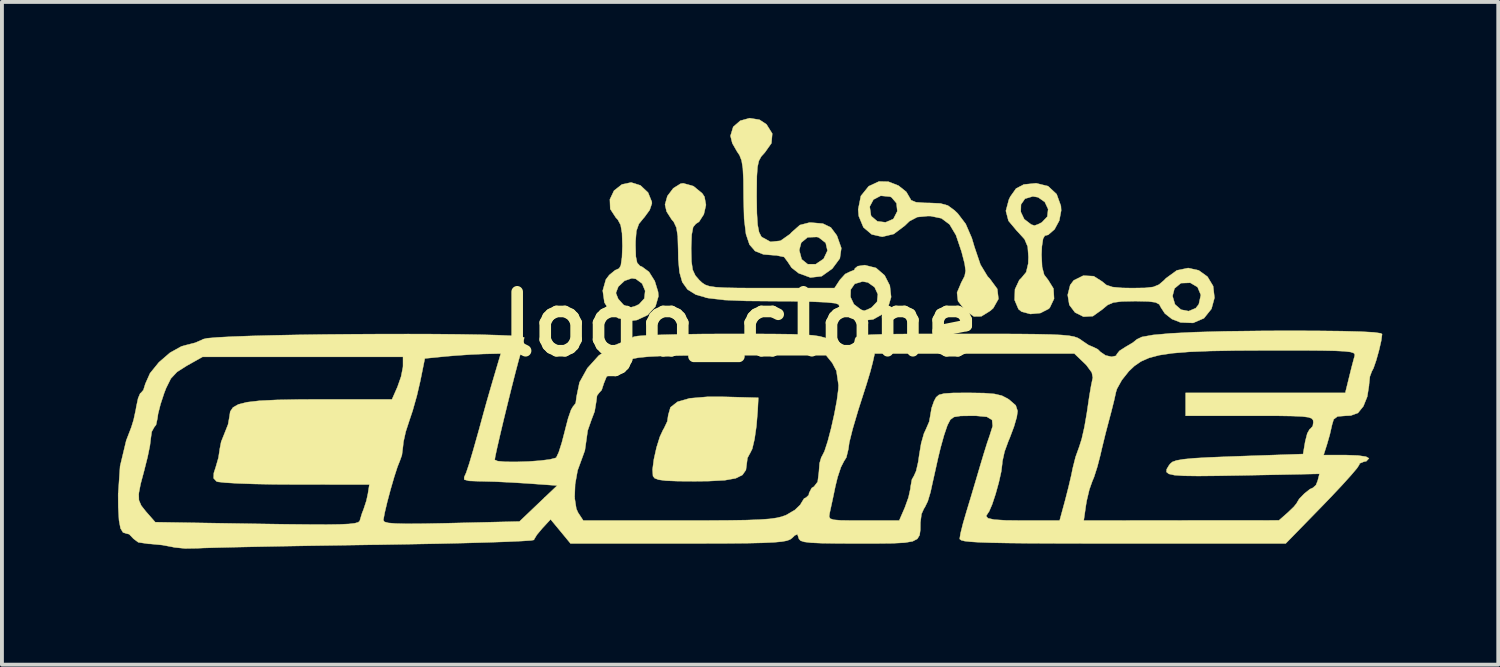
<source format=kicad_pcb>
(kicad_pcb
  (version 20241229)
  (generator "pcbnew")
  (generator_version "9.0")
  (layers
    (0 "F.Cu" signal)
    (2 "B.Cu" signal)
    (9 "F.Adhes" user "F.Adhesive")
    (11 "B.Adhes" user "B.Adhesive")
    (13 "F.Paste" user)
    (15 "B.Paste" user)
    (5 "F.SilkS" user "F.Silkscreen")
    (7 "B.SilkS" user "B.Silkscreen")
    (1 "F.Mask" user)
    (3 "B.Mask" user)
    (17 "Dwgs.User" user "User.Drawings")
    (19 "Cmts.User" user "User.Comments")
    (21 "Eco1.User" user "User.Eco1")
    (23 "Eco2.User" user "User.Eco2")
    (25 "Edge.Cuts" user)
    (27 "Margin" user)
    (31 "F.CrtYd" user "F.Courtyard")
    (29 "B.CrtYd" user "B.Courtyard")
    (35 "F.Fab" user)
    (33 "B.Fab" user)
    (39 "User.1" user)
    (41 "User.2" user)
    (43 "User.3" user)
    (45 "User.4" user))
  (footprint "logo_clone"
    (layer "F.Cu")
    (at 16.092 5.33)
    (property "Reference" "logo_clone" (at 0 0 0) (layer "F.SilkS") (effects (font (size 1.524 1.524) (thickness 0.3))))
    (attr through_hole)
    (fp_poly (pts (xy -0.404 1.881) (xy 0.466 1.905) (xy 0.449 2.244) (xy 0.417 2.635) (xy 0.368 2.975) (xy 0.309 3.226) (xy 0.248 3.348) (xy 0.245 3.35) (xy 0.185 3.463) (xy 0.169 3.59) (xy 0.145 3.772) (xy 0.056 3.901) (xy -0.118 3.987) (xy -0.402 4.038) (xy -0.817 4.06) (xy -1.173 4.064) (xy -1.619 4.061) (xy -1.922 4.049) (xy -2.112 4.024) (xy -2.215 3.985) (xy -2.258 3.93) (xy -2.269 3.76) (xy -2.234 3.494) (xy -2.166 3.191) (xy -2.08 2.914) (xy -1.991 2.723) (xy -1.976 2.703) (xy -1.887 2.515) (xy -1.863 2.352) (xy -1.805 2.152) (xy -1.623 2.009) (xy -1.308 1.919) (xy -0.848 1.88) (xy -0.404 1.881)) (stroke (width 0.01) (type solid)) (fill yes) (layer "F.SilkS"))
    (fp_poly (pts (xy 11.854 -1.389) (xy 12.08 -1.226) (xy 12.226 -0.983) (xy 12.261 -0.68) (xy 12.183 -0.394) (xy 11.989 -0.151) (xy 11.708 -0.03) (xy 11.382 -0.043) (xy 11.161 -0.13) (xy 10.978 -0.274) (xy 10.88 -0.423) (xy 10.833 -0.511) (xy 10.735 -0.562) (xy 10.549 -0.586) (xy 10.235 -0.593) (xy 10.2 -0.593) (xy 9.865 -0.586) (xy 9.647 -0.558) (xy 9.499 -0.495) (xy 9.368 -0.386) (xy 9.363 -0.381) (xy 9.117 -0.205) (xy 8.875 -0.191) (xy 8.655 -0.301) (xy 8.508 -0.496) (xy 8.47 -0.726) (xy 11.176 -0.726) (xy 11.24 -0.509) (xy 11.396 -0.373) (xy 11.593 -0.335) (xy 11.777 -0.412) (xy 11.855 -0.511) (xy 11.909 -0.753) (xy 11.823 -0.957) (xy 11.635 -1.068) (xy 11.393 -1.059) (xy 11.227 -0.921) (xy 11.176 -0.726) (xy 8.47 -0.726) (xy 8.466 -0.755) (xy 8.53 -1.009) (xy 8.621 -1.13) (xy 8.869 -1.253) (xy 9.138 -1.239) (xy 9.356 -1.101) (xy 9.467 -1.01) (xy 9.626 -0.958) (xy 9.877 -0.935) (xy 10.139 -0.931) (xy 10.469 -0.936) (xy 10.681 -0.961) (xy 10.826 -1.021) (xy 10.954 -1.13) (xy 11.007 -1.185) (xy 11.287 -1.389) (xy 11.58 -1.45) (xy 11.854 -1.389)) (stroke (width 0.01) (type solid)) (fill yes) (layer "F.SilkS"))
    (fp_poly (pts (xy 7.958 -3.566) (xy 8.179 -3.361) (xy 8.29 -3.055) (xy 8.297 -2.937) (xy 8.248 -2.677) (xy 8.125 -2.449) (xy 7.962 -2.308) (xy 7.874 -2.286) (xy 7.829 -2.209) (xy 7.798 -2.009) (xy 7.789 -1.791) (xy 7.804 -1.475) (xy 7.857 -1.275) (xy 7.959 -1.143) (xy 8.098 -0.919) (xy 8.113 -0.656) (xy 8.003 -0.425) (xy 7.973 -0.394) (xy 7.759 -0.285) (xy 7.5 -0.261) (xy 7.272 -0.322) (xy 7.193 -0.386) (xy 7.093 -0.622) (xy 7.102 -0.899) (xy 7.213 -1.137) (xy 7.267 -1.191) (xy 7.392 -1.342) (xy 7.445 -1.565) (xy 7.451 -1.734) (xy 7.432 -2.002) (xy 7.35 -2.195) (xy 7.168 -2.395) (xy 7.154 -2.408) (xy 6.934 -2.671) (xy 6.874 -2.902) (xy 7.252 -2.902) (xy 7.341 -2.714) (xy 7.522 -2.575) (xy 7.604 -2.547) (xy 7.69 -2.576) (xy 7.795 -2.628) (xy 7.939 -2.779) (xy 7.96 -2.973) (xy 7.874 -3.156) (xy 7.7 -3.279) (xy 7.564 -3.302) (xy 7.361 -3.242) (xy 7.258 -3.094) (xy 7.252 -2.902) (xy 6.874 -2.902) (xy 6.867 -2.927) (xy 6.945 -3.219) (xy 6.982 -3.296) (xy 7.13 -3.505) (xy 7.331 -3.61) (xy 7.64 -3.641) (xy 7.654 -3.641) (xy 7.958 -3.566)) (stroke (width 0.01) (type solid)) (fill yes) (layer "F.SilkS"))
    (fp_poly (pts (xy -2.583 -3.587) (xy -2.385 -3.401) (xy -2.288 -3.162) (xy -2.286 -3.119) (xy -2.343 -2.951) (xy -2.482 -2.76) (xy -2.498 -2.744) (xy -2.623 -2.59) (xy -2.687 -2.409) (xy -2.708 -2.141) (xy -2.709 -2.034) (xy -2.701 -1.746) (xy -2.667 -1.584) (xy -2.594 -1.504) (xy -2.539 -1.481) (xy -2.361 -1.35) (xy -2.212 -1.113) (xy -2.126 -0.833) (xy -2.117 -0.72) (xy -2.194 -0.454) (xy -2.394 -0.235) (xy -2.673 -0.105) (xy -2.836 -0.085) (xy -3.159 -0.154) (xy -3.348 -0.292) (xy -3.513 -0.558) (xy -3.548 -0.804) (xy -3.217 -0.804) (xy -3.157 -0.651) (xy -3.021 -0.499) (xy -2.877 -0.424) (xy -2.867 -0.423) (xy -2.73 -0.46) (xy -2.619 -0.511) (xy -2.481 -0.662) (xy -2.46 -0.86) (xy -2.539 -1.049) (xy -2.702 -1.169) (xy -2.805 -1.185) (xy -2.993 -1.12) (xy -3.154 -0.969) (xy -3.217 -0.804) (xy -3.548 -0.804) (xy -3.557 -0.865) (xy -3.476 -1.152) (xy -3.387 -1.27) (xy -3.235 -1.394) (xy -3.133 -1.439) (xy -3.089 -1.517) (xy -3.059 -1.726) (xy -3.048 -2.019) (xy -3.058 -2.352) (xy -3.094 -2.563) (xy -3.168 -2.701) (xy -3.217 -2.752) (xy -3.363 -2.977) (xy -3.372 -3.225) (xy -3.265 -3.451) (xy -3.061 -3.611) (xy -2.823 -3.662) (xy -2.583 -3.587)) (stroke (width 0.01) (type solid)) (fill yes) (layer "F.SilkS"))
    (fp_poly (pts (xy 3.83 -3.682) (xy 4.089 -3.581) (xy 4.292 -3.419) (xy 4.36 -3.303) (xy 4.418 -3.203) (xy 4.541 -3.151) (xy 4.772 -3.134) (xy 4.883 -3.133) (xy 5.173 -3.12) (xy 5.367 -3.066) (xy 5.538 -2.941) (xy 5.625 -2.857) (xy 5.828 -2.59) (xy 5.986 -2.225) (xy 6.056 -1.99) (xy 6.21 -1.537) (xy 6.394 -1.233) (xy 6.451 -1.173) (xy 6.645 -0.909) (xy 6.675 -0.65) (xy 6.541 -0.412) (xy 6.466 -0.345) (xy 6.232 -0.2) (xy 6.04 -0.197) (xy 5.836 -0.338) (xy 5.796 -0.377) (xy 5.629 -0.596) (xy 5.604 -0.813) (xy 5.716 -1.079) (xy 5.728 -1.101) (xy 5.801 -1.242) (xy 5.826 -1.376) (xy 5.802 -1.559) (xy 5.729 -1.843) (xy 5.72 -1.876) (xy 5.577 -2.3) (xy 5.411 -2.578) (xy 5.201 -2.735) (xy 4.925 -2.792) (xy 4.852 -2.794) (xy 4.576 -2.767) (xy 4.374 -2.661) (xy 4.253 -2.544) (xy 3.967 -2.329) (xy 3.67 -2.258) (xy 3.398 -2.319) (xy 3.184 -2.501) (xy 3.063 -2.792) (xy 3.048 -2.963) (xy 3.063 -3.038) (xy 3.346 -3.038) (xy 3.378 -2.813) (xy 3.39 -2.788) (xy 3.542 -2.658) (xy 3.756 -2.631) (xy 3.951 -2.715) (xy 3.962 -2.726) (xy 4.06 -2.918) (xy 4.039 -3.126) (xy 3.91 -3.278) (xy 3.873 -3.295) (xy 3.631 -3.318) (xy 3.443 -3.22) (xy 3.346 -3.038) (xy 3.063 -3.038) (xy 3.118 -3.313) (xy 3.32 -3.564) (xy 3.587 -3.688) (xy 3.83 -3.682)) (stroke (width 0.01) (type solid)) (fill yes) (layer "F.SilkS"))
    (fp_poly (pts (xy 0.496 -5.284) (xy 0.677 -5.165) (xy 0.826 -4.926) (xy 0.805 -4.677) (xy 0.635 -4.437) (xy 0.541 -4.333) (xy 0.48 -4.221) (xy 0.445 -4.063) (xy 0.428 -3.823) (xy 0.424 -3.464) (xy 0.423 -3.304) (xy 0.429 -2.867) (xy 0.448 -2.569) (xy 0.484 -2.379) (xy 0.541 -2.266) (xy 0.556 -2.25) (xy 0.783 -2.126) (xy 1.039 -2.154) (xy 1.287 -2.328) (xy 1.325 -2.371) (xy 1.541 -2.561) (xy 1.786 -2.624) (xy 1.821 -2.625) (xy 2.136 -2.598) (xy 2.341 -2.499) (xy 2.489 -2.301) (xy 2.501 -2.28) (xy 2.612 -1.965) (xy 2.574 -1.698) (xy 2.381 -1.437) (xy 2.377 -1.433) (xy 2.102 -1.237) (xy 1.813 -1.204) (xy 1.509 -1.315) (xy 1.326 -1.459) (xy 1.228 -1.608) (xy 1.133 -1.735) (xy 0.93 -1.777) (xy 0.89 -1.778) (xy 0.599 -1.802) (xy 0.386 -1.887) (xy 0.364 -1.912) (xy 1.524 -1.912) (xy 1.587 -1.675) (xy 1.744 -1.548) (xy 1.95 -1.549) (xy 2.154 -1.687) (xy 2.254 -1.899) (xy 2.208 -2.1) (xy 2.031 -2.238) (xy 1.983 -2.253) (xy 1.741 -2.244) (xy 1.575 -2.106) (xy 1.524 -1.912) (xy 0.364 -1.912) (xy 0.238 -2.055) (xy 0.147 -2.327) (xy 0.099 -2.723) (xy 0.085 -3.264) (xy 0.085 -3.306) (xy 0.081 -3.734) (xy 0.066 -4.029) (xy 0.034 -4.228) (xy -0.02 -4.367) (xy -0.085 -4.464) (xy -0.206 -4.675) (xy -0.254 -4.867) (xy -0.183 -5.1) (xy -0.002 -5.258) (xy 0.24 -5.325) (xy 0.496 -5.284)) (stroke (width 0.01) (type solid)) (fill yes) (layer "F.SilkS"))
    (fp_poly (pts (xy -1.212 -3.567) (xy -0.985 -3.381) (xy -0.926 -3.292) (xy -0.888 -3.08) (xy -0.943 -2.839) (xy -1.066 -2.647) (xy -1.151 -2.591) (xy -1.219 -2.509) (xy -1.257 -2.311) (xy -1.27 -1.973) (xy -1.27 -1.946) (xy -1.262 -1.616) (xy -1.231 -1.403) (xy -1.162 -1.255) (xy -1.062 -1.139) (xy -0.986 -1.068) (xy -0.906 -1.015) (xy -0.796 -0.978) (xy -0.63 -0.954) (xy -0.385 -0.94) (xy -0.036 -0.933) (xy 0.444 -0.931) (xy 0.791 -0.931) (xy 2.436 -0.931) (xy 2.575 -1.143) (xy 2.713 -1.295) (xy 2.838 -1.355) (xy 2.95 -1.401) (xy 2.963 -1.439) (xy 3.037 -1.498) (xy 3.215 -1.524) (xy 3.221 -1.524) (xy 3.511 -1.451) (xy 3.732 -1.26) (xy 3.867 -0.995) (xy 3.9 -0.699) (xy 3.815 -0.416) (xy 3.699 -0.269) (xy 3.437 -0.122) (xy 3.128 -0.085) (xy 2.839 -0.161) (xy 2.709 -0.254) (xy 2.585 -0.406) (xy 2.54 -0.508) (xy 2.457 -0.539) (xy 2.215 -0.564) (xy 1.824 -0.581) (xy 1.293 -0.591) (xy 0.868 -0.593) (xy 0.155 -0.599) (xy -0.407 -0.622) (xy -0.836 -0.673) (xy -0.935 -0.701) (xy 2.849 -0.701) (xy 2.938 -0.512) (xy 3.12 -0.373) (xy 3.202 -0.345) (xy 3.288 -0.375) (xy 3.392 -0.426) (xy 3.537 -0.578) (xy 3.557 -0.771) (xy 3.472 -0.955) (xy 3.298 -1.078) (xy 3.161 -1.101) (xy 2.958 -1.041) (xy 2.855 -0.892) (xy 2.849 -0.701) (xy -0.935 -0.701) (xy -1.149 -0.761) (xy -1.364 -0.895) (xy -1.5 -1.086) (xy -1.573 -1.343) (xy -1.603 -1.675) (xy -1.607 -1.926) (xy -1.617 -2.272) (xy -1.652 -2.495) (xy -1.721 -2.643) (xy -1.778 -2.709) (xy -1.906 -2.911) (xy -1.947 -3.09) (xy -1.885 -3.311) (xy -1.733 -3.512) (xy -1.545 -3.63) (xy -1.476 -3.641) (xy -1.212 -3.567)) (stroke (width 0.01) (type solid)) (fill yes) (layer "F.SilkS"))
    (fp_poly (pts (xy 14.897 0.175) (xy 15.552 0.182) (xy 16.045 0.195) (xy 16.379 0.213) (xy 16.559 0.238) (xy 16.595 0.259) (xy 16.572 0.431) (xy 16.515 0.679) (xy 16.443 0.937) (xy 16.372 1.142) (xy 16.329 1.223) (xy 16.279 1.357) (xy 16.256 1.574) (xy 16.256 1.591) (xy 16.211 1.876) (xy 16.111 2.125) (xy 15.971 2.298) (xy 15.786 2.365) (xy 15.655 2.371) (xy 15.443 2.388) (xy 15.343 2.463) (xy 15.301 2.603) (xy 15.243 2.857) (xy 15.17 3.111) (xy 15.082 3.387) (xy 15.669 3.387) (xy 15.971 3.398) (xy 16.179 3.428) (xy 16.256 3.471) (xy 16.187 3.546) (xy 16.129 3.556) (xy 16.016 3.602) (xy 16.002 3.641) (xy 15.946 3.727) (xy 15.79 3.911) (xy 15.555 4.171) (xy 15.261 4.483) (xy 15.053 4.699) (xy 14.103 5.673) (xy 9.888 5.673) (xy 8.924 5.672) (xy 8.116 5.67) (xy 7.45 5.667) (xy 6.914 5.661) (xy 6.495 5.653) (xy 6.178 5.642) (xy 5.952 5.628) (xy 5.801 5.611) (xy 5.714 5.589) (xy 5.677 5.562) (xy 5.673 5.547) (xy 5.696 5.407) (xy 5.758 5.159) (xy 5.846 4.856) (xy 5.848 4.849) (xy 5.97 4.446) (xy 6.104 3.995) (xy 6.196 3.683) (xy 6.293 3.36) (xy 6.381 3.078) (xy 6.443 2.898) (xy 6.444 2.896) (xy 6.526 2.636) (xy 6.51 2.478) (xy 6.376 2.398) (xy 6.1 2.372) (xy 5.988 2.371) (xy 5.696 2.375) (xy 5.526 2.402) (xy 5.431 2.471) (xy 5.362 2.603) (xy 5.345 2.646) (xy 5.267 2.877) (xy 5.178 3.197) (xy 5.112 3.471) (xy 5.035 3.817) (xy 4.961 4.149) (xy 4.918 4.346) (xy 4.848 4.58) (xy 4.767 4.746) (xy 4.751 4.765) (xy 4.685 4.911) (xy 4.657 5.131) (xy 4.657 5.132) (xy 4.655 5.32) (xy 4.636 5.458) (xy 4.577 5.554) (xy 4.456 5.617) (xy 4.249 5.652) (xy 3.936 5.668) (xy 3.493 5.673) (xy 3.045 5.673) (xy 2.502 5.671) (xy 2.104 5.665) (xy 1.83 5.653) (xy 1.656 5.632) (xy 1.559 5.601) (xy 1.517 5.556) (xy 1.509 5.531) (xy 1.477 5.435) (xy 1.408 5.464) (xy 1.34 5.531) (xy 1.286 5.57) (xy 1.202 5.601) (xy 1.068 5.625) (xy 0.868 5.643) (xy 0.584 5.656) (xy 0.197 5.665) (xy -0.309 5.67) (xy -0.952 5.672) (xy -1.596 5.673) (xy -4.39 5.673) (xy -4.647 5.361) (xy -4.905 5.049) (xy -5.119 5.28) (xy -5.26 5.449) (xy -5.332 5.567) (xy -5.334 5.58) (xy -5.416 5.595) (xy -5.651 5.61) (xy -6.023 5.627) (xy -6.516 5.644) (xy -7.114 5.661) (xy -7.8 5.677) (xy -8.559 5.691) (xy -9.374 5.705) (xy -9.504 5.706) (xy -10.342 5.719) (xy -11.139 5.731) (xy -11.878 5.744) (xy -12.539 5.757) (xy -13.105 5.769) (xy -13.557 5.78) (xy -13.878 5.789) (xy -14.049 5.797) (xy -14.055 5.797) (xy -14.355 5.802) (xy -14.631 5.774) (xy -14.69 5.761) (xy -14.947 5.713) (xy -15.249 5.684) (xy -15.294 5.683) (xy -15.566 5.643) (xy -15.693 5.548) (xy -15.694 5.546) (xy -15.802 5.433) (xy -15.863 5.419) (xy -15.961 5.388) (xy -16.026 5.281) (xy -16.065 5.071) (xy -16.084 4.735) (xy -16.087 4.411) (xy -16.085 4.383) (xy -15.555 4.383) (xy -15.55 4.554) (xy -15.49 4.693) (xy -15.373 4.842) (xy -15.35 4.868) (xy -15.127 5.122) (xy -12.495 5.165) (xy -11.75 5.176) (xy -11.157 5.182) (xy -10.699 5.184) (xy -10.359 5.179) (xy -10.121 5.168) (xy -9.967 5.15) (xy -9.879 5.125) (xy -9.842 5.092) (xy -9.838 5.08) (xy -9.837 5.076) (xy -9.229 5.076) (xy -9.2 5.114) (xy -9.101 5.141) (xy -8.913 5.157) (xy -8.617 5.164) (xy -8.194 5.161) (xy -7.625 5.15) (xy -7.469 5.146) (xy -5.71 5.104) (xy -5.066 4.49) (xy -4.284 4.49) (xy -4.24 4.774) (xy -4.196 4.873) (xy -4.06 5.08) (xy -1.592 5.08) (xy -0.866 5.079) (xy -0.288 5.075) (xy 0.161 5.068) (xy 0.501 5.055) (xy 0.755 5.037) (xy 0.94 5.011) (xy 1.079 4.978) (xy 1.092 4.973) (xy 2.297 4.973) (xy 2.321 5.028) (xy 2.412 5.06) (xy 2.597 5.075) (xy 2.905 5.08) (xy 3.187 5.08) (xy 4.109 5.08) (xy 4.256 4.741) (xy 4.349 4.482) (xy 4.399 4.255) (xy 4.403 4.207) (xy 4.438 4.016) (xy 4.49 3.926) (xy 4.547 3.798) (xy 4.601 3.562) (xy 4.627 3.38) (xy 4.677 3.083) (xy 4.749 2.829) (xy 4.794 2.733) (xy 4.885 2.523) (xy 4.911 2.378) (xy 4.946 2.172) (xy 5.009 1.994) (xy 5.063 1.893) (xy 5.137 1.83) (xy 5.269 1.796) (xy 5.492 1.781) (xy 5.844 1.778) (xy 5.906 1.778) (xy 6.303 1.784) (xy 6.574 1.806) (xy 6.764 1.851) (xy 6.914 1.928) (xy 6.955 1.956) (xy 7.122 2.101) (xy 7.17 2.247) (xy 7.149 2.401) (xy 7.077 2.65) (xy 6.967 2.943) (xy 6.933 3.022) (xy 6.833 3.296) (xy 6.777 3.551) (xy 6.772 3.615) (xy 6.747 3.813) (xy 6.685 4.09) (xy 6.602 4.391) (xy 6.513 4.66) (xy 6.435 4.842) (xy 6.409 4.88) (xy 6.356 4.962) (xy 6.403 5.02) (xy 6.566 5.056) (xy 6.864 5.075) (xy 7.304 5.08) (xy 8.257 5.08) (xy 8.88 5.08) (xy 11.404 5.077) (xy 13.928 5.075) (xy 14.161 4.87) (xy 14.313 4.724) (xy 14.391 4.627) (xy 14.393 4.618) (xy 14.452 4.52) (xy 14.585 4.383) (xy 14.728 4.269) (xy 14.807 4.233) (xy 14.885 4.163) (xy 14.929 4.053) (xy 14.976 3.872) (xy 12.991 3.912) (xy 12.339 3.923) (xy 11.838 3.928) (xy 11.473 3.923) (xy 11.226 3.906) (xy 11.081 3.874) (xy 11.019 3.824) (xy 11.025 3.753) (xy 11.081 3.659) (xy 11.113 3.616) (xy 11.171 3.565) (xy 11.278 3.526) (xy 11.456 3.495) (xy 11.726 3.469) (xy 12.113 3.447) (xy 12.637 3.426) (xy 12.885 3.417) (xy 14.552 3.36) (xy 14.607 3.035) (xy 14.66 2.828) (xy 14.723 2.716) (xy 14.739 2.709) (xy 14.802 2.638) (xy 14.817 2.54) (xy 14.81 2.482) (xy 14.775 2.439) (xy 14.689 2.409) (xy 14.531 2.389) (xy 14.279 2.378) (xy 13.909 2.372) (xy 13.401 2.371) (xy 13.166 2.371) (xy 11.515 2.371) (xy 11.515 1.778) (xy 15.643 1.778) (xy 15.742 1.376) (xy 15.809 1.106) (xy 15.867 0.887) (xy 15.885 0.826) (xy 15.888 0.781) (xy 15.858 0.747) (xy 15.775 0.721) (xy 15.621 0.703) (xy 15.379 0.691) (xy 15.028 0.684) (xy 14.552 0.68) (xy 13.932 0.68) (xy 13.658 0.68) (xy 12.83 0.684) (xy 12.152 0.696) (xy 11.605 0.718) (xy 11.172 0.753) (xy 10.833 0.804) (xy 10.569 0.874) (xy 10.361 0.966) (xy 10.192 1.082) (xy 10.048 1.218) (xy 9.865 1.448) (xy 9.739 1.675) (xy 9.713 1.759) (xy 9.666 1.972) (xy 9.592 2.267) (xy 9.542 2.455) (xy 9.444 2.828) (xy 9.346 3.23) (xy 9.31 3.387) (xy 9.232 3.689) (xy 9.147 3.955) (xy 9.101 4.064) (xy 9.025 4.279) (xy 8.957 4.567) (xy 8.938 4.678) (xy 8.88 5.08) (xy 8.257 5.08) (xy 8.401 4.551) (xy 8.486 4.218) (xy 8.56 3.904) (xy 8.596 3.725) (xy 8.669 3.436) (xy 8.763 3.175) (xy 8.828 2.971) (xy 8.899 2.658) (xy 8.961 2.298) (xy 8.973 2.217) (xy 9.023 1.877) (xy 9.071 1.593) (xy 9.108 1.415) (xy 9.116 1.389) (xy 9.089 1.252) (xy 8.951 1.064) (xy 8.901 1.014) (xy 8.638 0.762) (xy 3.475 0.762) (xy 3.423 0.995) (xy 3.361 1.231) (xy 3.276 1.514) (xy 3.26 1.566) (xy 3.051 2.218) (xy 2.904 2.716) (xy 2.818 3.06) (xy 2.794 3.234) (xy 2.742 3.448) (xy 2.679 3.549) (xy 2.601 3.702) (xy 2.516 3.958) (xy 2.459 4.191) (xy 2.395 4.498) (xy 2.338 4.761) (xy 2.31 4.889) (xy 2.297 4.973) (xy 1.092 4.973) (xy 1.192 4.935) (xy 1.198 4.932) (xy 1.413 4.805) (xy 1.553 4.67) (xy 1.571 4.636) (xy 1.649 4.51) (xy 1.699 4.487) (xy 1.771 4.419) (xy 1.778 4.369) (xy 1.846 4.239) (xy 1.905 4.203) (xy 2.001 4.078) (xy 2.032 3.83) (xy 2.05 3.598) (xy 2.096 3.441) (xy 2.108 3.425) (xy 2.177 3.288) (xy 2.261 3.029) (xy 2.349 2.694) (xy 2.431 2.328) (xy 2.497 1.977) (xy 2.535 1.687) (xy 2.54 1.578) (xy 2.486 1.21) (xy 2.378 1.004) (xy 2.216 0.804) (xy -0.183 0.804) (xy -0.941 0.806) (xy -1.547 0.813) (xy -2.018 0.824) (xy -2.371 0.842) (xy -2.623 0.866) (xy -2.792 0.898) (xy -2.857 0.92) (xy -3.04 1.015) (xy -3.131 1.096) (xy -3.133 1.105) (xy -3.202 1.182) (xy -3.305 1.229) (xy -3.457 1.356) (xy -3.528 1.531) (xy -3.585 1.706) (xy -3.651 1.778) (xy -3.705 1.851) (xy -3.726 2.011) (xy -3.767 2.259) (xy -3.853 2.486) (xy -3.946 2.752) (xy -3.98 2.994) (xy -4.019 3.266) (xy -4.096 3.48) (xy -4.207 3.783) (xy -4.271 4.14) (xy -4.284 4.49) (xy -5.066 4.49) (xy -4.734 4.175) (xy -5.513 4.119) (xy -5.927 4.094) (xy -6.338 4.074) (xy -6.675 4.065) (xy -6.749 4.064) (xy -7.016 4.054) (xy -7.138 4.021) (xy -7.139 3.958) (xy -7.087 3.841) (xy -7.009 3.607) (xy -6.901 3.242) (xy -6.758 2.735) (xy -6.647 2.328) (xy -6.56 2.015) (xy -6.45 1.633) (xy -6.362 1.333) (xy -6.193 0.762) (xy -6.631 0.772) (xy -6.968 0.787) (xy -7.365 0.814) (xy -7.613 0.835) (xy -8.157 0.889) (xy -8.275 1.473) (xy -8.363 1.852) (xy -8.472 2.238) (xy -8.556 2.489) (xy -8.651 2.781) (xy -8.71 3.047) (xy -8.721 3.155) (xy -8.75 3.387) (xy -8.803 3.536) (xy -8.864 3.689) (xy -8.949 3.952) (xy -9.042 4.272) (xy -9.129 4.598) (xy -9.195 4.877) (xy -9.228 5.057) (xy -9.229 5.076) (xy -9.837 5.076) (xy -9.783 4.897) (xy -9.739 4.784) (xy -9.668 4.567) (xy -9.628 4.381) (xy -9.591 4.149) (xy -11.505 4.147) (xy -12.063 4.144) (xy -12.568 4.134) (xy -12.995 4.119) (xy -13.316 4.1) (xy -13.507 4.079) (xy -13.544 4.067) (xy -13.619 3.986) (xy -13.613 3.851) (xy -13.565 3.703) (xy -13.494 3.458) (xy -13.462 3.252) (xy -13.462 3.242) (xy -13.423 3.042) (xy -13.336 2.825) (xy -13.244 2.592) (xy -13.209 2.394) (xy -13.189 2.261) (xy -13.118 2.156) (xy -12.98 2.077) (xy -12.756 2.02) (xy -12.429 1.982) (xy -11.98 1.96) (xy -11.393 1.949) (xy -10.858 1.947) (xy -9.007 1.947) (xy -8.864 1.623) (xy -8.771 1.357) (xy -8.723 1.113) (xy -8.721 1.072) (xy -8.721 0.847) (xy -13.903 0.847) (xy -14.313 1.077) (xy -14.564 1.237) (xy -14.724 1.408) (xy -14.847 1.655) (xy -14.897 1.784) (xy -14.992 2.073) (xy -15.055 2.321) (xy -15.071 2.438) (xy -15.107 2.605) (xy -15.155 2.667) (xy -15.219 2.783) (xy -15.242 2.947) (xy -15.266 3.143) (xy -15.326 3.437) (xy -15.409 3.766) (xy -15.409 3.768) (xy -15.507 4.135) (xy -15.555 4.383) (xy -16.085 4.383) (xy -16.037 3.674) (xy -15.878 3.01) (xy -15.746 2.667) (xy -15.687 2.476) (xy -15.63 2.211) (xy -15.618 2.138) (xy -15.571 1.918) (xy -15.517 1.791) (xy -15.497 1.778) (xy -15.434 1.705) (xy -15.384 1.544) (xy -15.263 1.272) (xy -15.034 0.989) (xy -14.747 0.741) (xy -14.452 0.577) (xy -14.338 0.545) (xy -14.095 0.483) (xy -13.914 0.405) (xy -13.894 0.391) (xy -13.782 0.366) (xy -13.524 0.344) (xy -13.141 0.324) (xy -12.651 0.306) (xy -12.074 0.291) (xy -11.431 0.278) (xy -10.741 0.268) (xy -10.023 0.262) (xy -9.298 0.258) (xy -8.584 0.257) (xy -7.903 0.259) (xy -7.273 0.265) (xy -6.715 0.274) (xy -6.247 0.287) (xy -5.89 0.303) (xy -5.664 0.323) (xy -5.588 0.346) (xy -5.612 0.499) (xy -5.668 0.714) (xy -5.729 0.927) (xy -5.813 1.245) (xy -5.912 1.634) (xy -6.017 2.058) (xy -6.121 2.484) (xy -6.214 2.877) (xy -6.289 3.202) (xy -6.337 3.426) (xy -6.35 3.51) (xy -6.273 3.543) (xy -6.073 3.561) (xy -5.793 3.563) (xy -5.479 3.553) (xy -5.175 3.531) (xy -4.926 3.5) (xy -4.777 3.462) (xy -4.757 3.448) (xy -4.695 3.316) (xy -4.616 3.069) (xy -4.535 2.758) (xy -4.528 2.728) (xy -4.451 2.433) (xy -4.376 2.217) (xy -4.318 2.119) (xy -4.311 2.117) (xy -4.256 2.043) (xy -4.233 1.87) (xy -4.158 1.507) (xy -3.955 1.141) (xy -3.66 0.814) (xy -3.308 0.572) (xy -3.133 0.499) (xy -2.914 0.416) (xy -2.767 0.337) (xy -2.756 0.328) (xy -2.653 0.309) (xy -2.404 0.291) (xy -2.03 0.277) (xy -1.554 0.265) (xy -1 0.257) (xy -0.388 0.254) (xy -0.327 0.254) (xy 0.365 0.254) (xy 0.909 0.257) (xy 1.329 0.262) (xy 1.644 0.273) (xy 1.877 0.29) (xy 2.05 0.316) (xy 2.185 0.352) (xy 2.303 0.399) (xy 2.426 0.459) (xy 2.705 0.586) (xy 2.871 0.616) (xy 2.948 0.547) (xy 2.963 0.418) (xy 2.969 0.374) (xy 2.997 0.338) (xy 3.064 0.31) (xy 3.187 0.289) (xy 3.383 0.274) (xy 3.669 0.264) (xy 4.062 0.258) (xy 4.579 0.255) (xy 5.236 0.254) (xy 5.788 0.254) (xy 6.556 0.254) (xy 7.173 0.256) (xy 7.657 0.261) (xy 8.027 0.269) (xy 8.3 0.282) (xy 8.495 0.3) (xy 8.631 0.325) (xy 8.724 0.357) (xy 8.795 0.398) (xy 8.828 0.423) (xy 9.002 0.541) (xy 9.123 0.593) (xy 9.126 0.593) (xy 9.243 0.651) (xy 9.313 0.72) (xy 9.445 0.81) (xy 9.603 0.846) (xy 9.717 0.819) (xy 9.737 0.776) (xy 9.804 0.692) (xy 9.966 0.588) (xy 9.97 0.586) (xy 10.151 0.479) (xy 10.255 0.394) (xy 10.383 0.333) (xy 10.672 0.281) (xy 11.124 0.24) (xy 11.74 0.209) (xy 12.521 0.187) (xy 13.469 0.176) (xy 14.076 0.173) (xy 14.897 0.175)) (stroke (width 0.01) (type solid)) (fill yes) (layer "F.SilkS")))
  (gr_rect
    (start -3 -3)
    (end 35.691 14.137)
    (stroke (width 0.1) (type default))
    (fill no)
    (layer "Edge.Cuts")))
</source>
